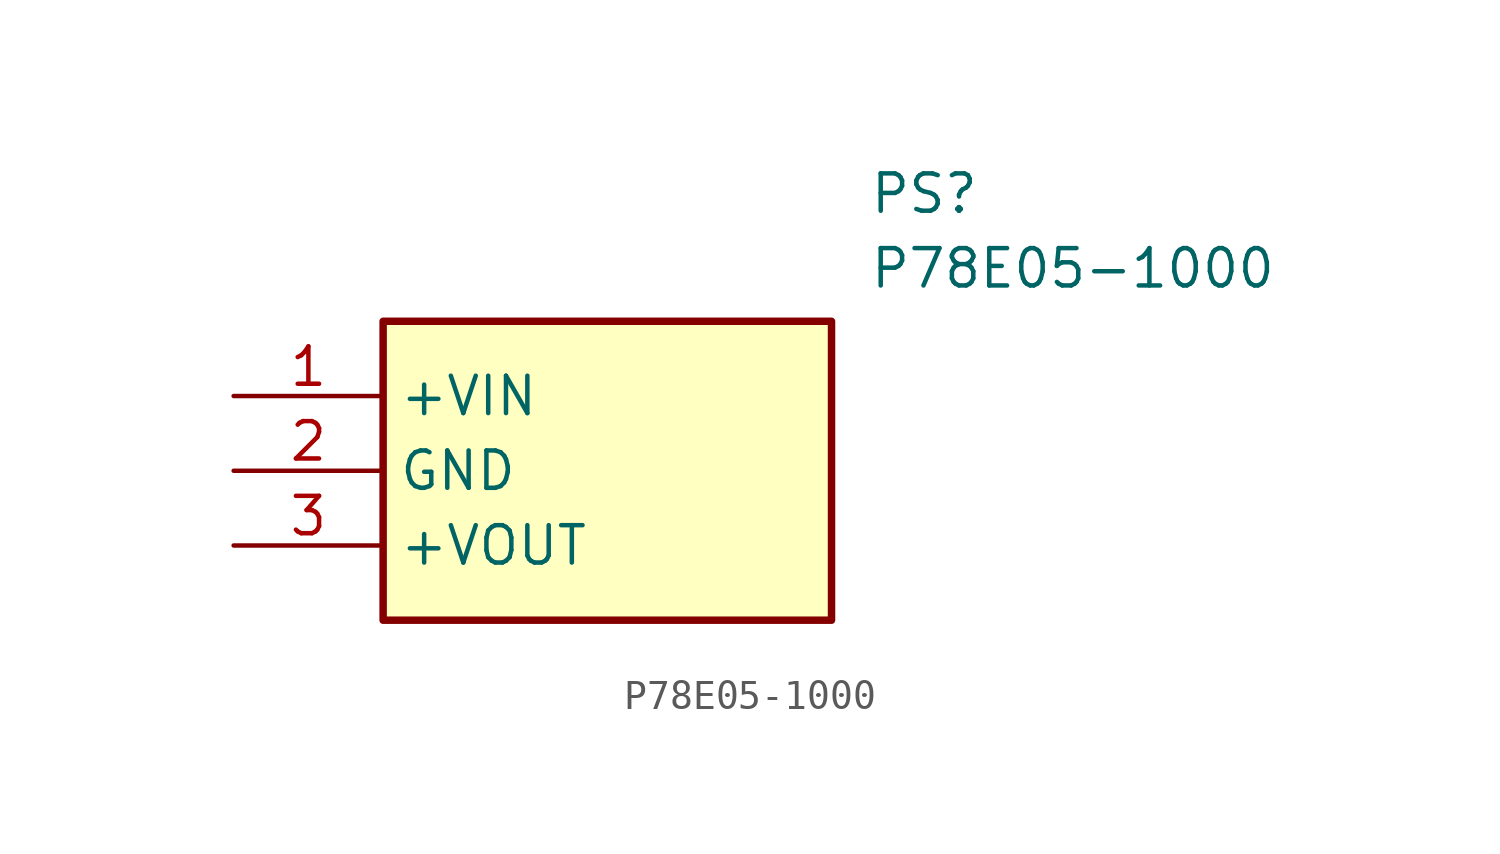
<source format=kicad_sym>
(kicad_symbol_lib
  (version 20211014)
  (generator SamacSys_ECAD_Model)
  (symbol "P78E05-1000"
    (property "Reference" "PS"
      (at 21.59 7.62 0)
      (effects (font (size 1.27 1.27)) (justify left top)))
    (property "Value" "P78E05-1000"
      (at 21.59 5.08 0)
      (effects (font (size 1.27 1.27)) (justify left top)))
    (rectangle
      (start 5.08 2.54)
      (end 20.32 -7.62)
      (stroke (width 0.254) (type default))
      (fill (type background)))
    (pin passive line
      (at 0 0 0)
      (length 5.08)
      (name "+VIN" (effects (font (size 1.27 1.27))))
      (number "1" (effects (font (size 1.27 1.27)))))
    (pin passive line
      (at 0 -2.54 0)
      (length 5.08)
      (name "GND" (effects (font (size 1.27 1.27))))
      (number "2" (effects (font (size 1.27 1.27)))))
    (pin passive line
      (at 0 -5.08 0)
      (length 5.08)
      (name "+VOUT" (effects (font (size 1.27 1.27))))
      (number "3" (effects (font (size 1.27 1.27)))))))
</source>
